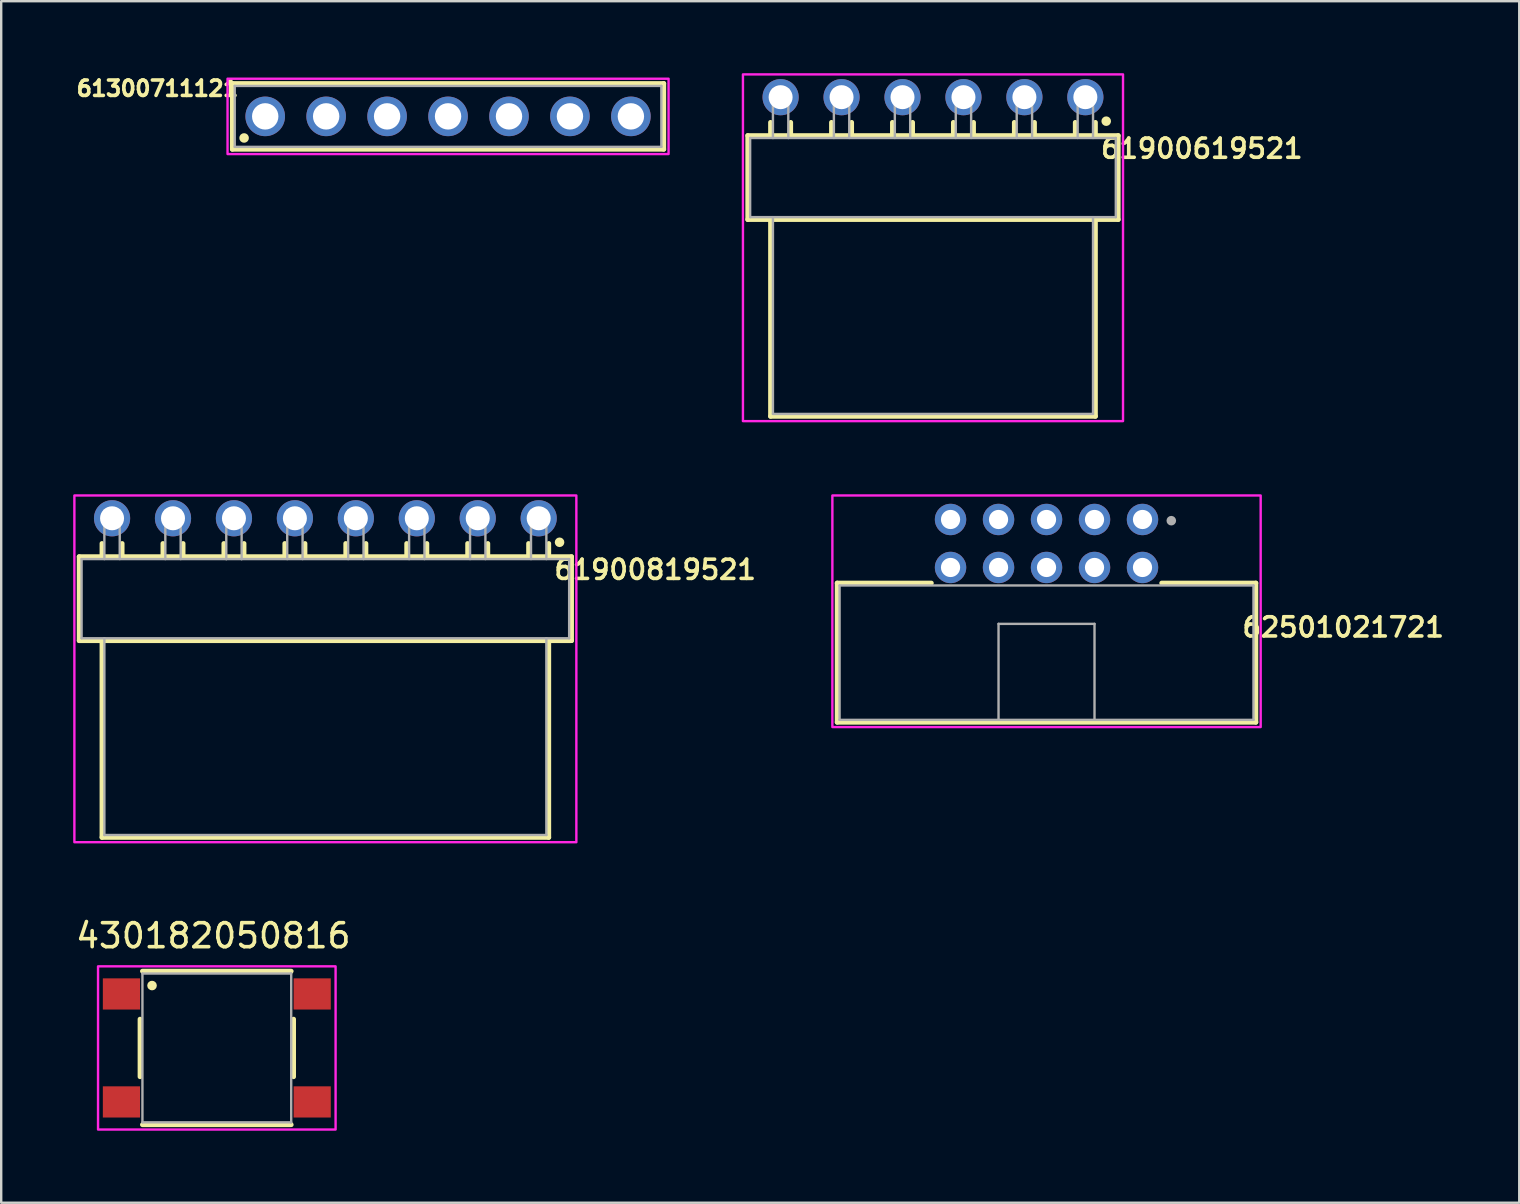
<source format=kicad_pcb>
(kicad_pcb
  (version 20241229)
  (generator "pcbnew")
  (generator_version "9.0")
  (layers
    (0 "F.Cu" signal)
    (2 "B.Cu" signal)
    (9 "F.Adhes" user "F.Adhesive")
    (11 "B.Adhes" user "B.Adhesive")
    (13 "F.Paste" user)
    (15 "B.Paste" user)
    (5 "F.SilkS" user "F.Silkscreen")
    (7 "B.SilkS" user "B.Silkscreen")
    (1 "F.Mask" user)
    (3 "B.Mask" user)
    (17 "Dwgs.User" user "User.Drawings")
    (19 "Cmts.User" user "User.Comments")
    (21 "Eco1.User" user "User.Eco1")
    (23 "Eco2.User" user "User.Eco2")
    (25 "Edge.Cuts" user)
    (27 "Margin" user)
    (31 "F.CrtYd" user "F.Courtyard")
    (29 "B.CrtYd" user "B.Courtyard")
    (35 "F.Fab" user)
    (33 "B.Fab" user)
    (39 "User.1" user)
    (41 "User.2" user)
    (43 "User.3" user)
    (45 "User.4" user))
  (footprint "62501021721"
    (layer "F.Cu")
    (at 40.565 24.15)
    (property "Reference" "62501021721" (at 12.365 -1.058 0) (layer "F.SilkS") (effects (font (size 0.8 0.8) (thickness 0.15))))
    (attr through_hole)
    (fp_line (start -8.725 -2.9) (end -8.725 2.9) (stroke (width 0.2) (type solid)) (layer "F.SilkS"))
    (fp_line (start -8.725 2.9) (end 8.725 2.9) (stroke (width 0.2) (type solid)) (layer "F.SilkS"))
    (fp_line (start -4.8 -2.9) (end -8.725 -2.9) (stroke (width 0.2) (type solid)) (layer "F.SilkS"))
    (fp_line (start 8.725 -2.9) (end 4.8 -2.9) (stroke (width 0.2) (type solid)) (layer "F.SilkS"))
    (fp_line (start 8.725 2.9) (end 8.725 -2.9) (stroke (width 0.2) (type solid)) (layer "F.SilkS"))
    (fp_poly (pts (xy -8.925 -6.55) (xy 8.925 -6.55) (xy 8.925 3.1) (xy -8.925 3.1)) (stroke (width 0.1) (type solid)) (fill no) (layer "F.CrtYd"))
    (fp_line (start -8.625 -2.8) (end -8.625 2.8) (stroke (width 0.1) (type solid)) (layer "F.Fab"))
    (fp_line (start -8.625 2.8) (end -2 2.8) (stroke (width 0.1) (type solid)) (layer "F.Fab"))
    (fp_line (start -2 -1.2) (end 2 -1.2) (stroke (width 0.1) (type solid)) (layer "F.Fab"))
    (fp_line (start -2 2.8) (end -2 -1.2) (stroke (width 0.1) (type solid)) (layer "F.Fab"))
    (fp_line (start -2 2.8) (end 2 2.8) (stroke (width 0.1) (type solid)) (layer "F.Fab"))
    (fp_line (start 2 -1.2) (end 2 2.8) (stroke (width 0.1) (type solid)) (layer "F.Fab"))
    (fp_line (start 2 2.8) (end 8.625 2.8) (stroke (width 0.1) (type solid)) (layer "F.Fab"))
    (fp_line (start 8.625 -2.8) (end -8.625 -2.8) (stroke (width 0.1) (type solid)) (layer "F.Fab"))
    (fp_line (start 8.625 2.8) (end 8.625 -2.8) (stroke (width 0.1) (type solid)) (layer "F.Fab"))
    (fp_circle (center 5.2 -5.5) (end 5.3 -5.5) (stroke (width 0.2) (type solid)) (fill no) (layer "F.Fab"))
    (pad "1" thru_hole circle (at 4 -5.55) (size 1.308 1.308) (drill 0.8) (layers "*.Cu" "*.Mask"))
    (pad "2" thru_hole circle (at 4 -3.55) (size 1.308 1.308) (drill 0.8) (layers "*.Cu" "*.Mask"))
    (pad "3" thru_hole circle (at 2 -5.55) (size 1.308 1.308) (drill 0.8) (layers "*.Cu" "*.Mask"))
    (pad "4" thru_hole circle (at 2 -3.55) (size 1.308 1.308) (drill 0.8) (layers "*.Cu" "*.Mask"))
    (pad "5" thru_hole circle (at 0 -5.55) (size 1.308 1.308) (drill 0.8) (layers "*.Cu" "*.Mask"))
    (pad "6" thru_hole circle (at 0 -3.55) (size 1.308 1.308) (drill 0.8) (layers "*.Cu" "*.Mask"))
    (pad "7" thru_hole circle (at -2 -5.55) (size 1.308 1.308) (drill 0.8) (layers "*.Cu" "*.Mask"))
    (pad "8" thru_hole circle (at -2 -3.55) (size 1.308 1.308) (drill 0.8) (layers "*.Cu" "*.Mask"))
    (pad "9" thru_hole circle (at -4 -5.55) (size 1.308 1.308) (drill 0.8) (layers "*.Cu" "*.Mask"))
    (pad "10" thru_hole circle (at -4 -3.55) (size 1.308 1.308) (drill 0.8) (layers "*.Cu" "*.Mask")))
  (footprint "61900619521"
    (layer "F.Cu")
    (at 35.833 4.35)
    (property "Reference" "61900619521" (at 11.205 -1.208 0) (layer "F.SilkS") (effects (font (size 0.8 0.8) (thickness 0.15))))
    (attr through_hole)
    (fp_line (start -7.72 -1.75) (end -6.77 -1.75) (stroke (width 0.2) (type solid)) (layer "F.SilkS"))
    (fp_line (start -7.72 1.75) (end -7.72 -1.75) (stroke (width 0.2) (type solid)) (layer "F.SilkS"))
    (fp_line (start -6.77 -2.3) (end -6.77 -1.75) (stroke (width 0.2) (type solid)) (layer "F.SilkS"))
    (fp_line (start -6.77 -1.75) (end -5.93 -1.75) (stroke (width 0.2) (type solid)) (layer "F.SilkS"))
    (fp_line (start -6.77 9.95) (end -6.77 1.75) (stroke (width 0.2) (type solid)) (layer "F.SilkS"))
    (fp_line (start -5.93 -2.3) (end -5.93 -1.75) (stroke (width 0.2) (type solid)) (layer "F.SilkS"))
    (fp_line (start -5.93 -1.75) (end 7.72 -1.75) (stroke (width 0.2) (type solid)) (layer "F.SilkS"))
    (fp_line (start -4.23 -2.3) (end -4.23 -1.75) (stroke (width 0.2) (type solid)) (layer "F.SilkS"))
    (fp_line (start -3.39 -2.3) (end -3.39 -1.75) (stroke (width 0.2) (type solid)) (layer "F.SilkS"))
    (fp_line (start -1.69 -2.3) (end -1.69 -1.75) (stroke (width 0.2) (type solid)) (layer "F.SilkS"))
    (fp_line (start -0.85 -2.3) (end -0.85 -1.75) (stroke (width 0.2) (type solid)) (layer "F.SilkS"))
    (fp_line (start 0.85 -2.3) (end 0.85 -1.75) (stroke (width 0.2) (type solid)) (layer "F.SilkS"))
    (fp_line (start 1.69 -2.3) (end 1.69 -1.75) (stroke (width 0.2) (type solid)) (layer "F.SilkS"))
    (fp_line (start 3.39 -2.3) (end 3.39 -1.75) (stroke (width 0.2) (type solid)) (layer "F.SilkS"))
    (fp_line (start 4.23 -2.3) (end 4.23 -1.75) (stroke (width 0.2) (type solid)) (layer "F.SilkS"))
    (fp_line (start 5.93 -2.3) (end 5.93 -1.75) (stroke (width 0.2) (type solid)) (layer "F.SilkS"))
    (fp_line (start 6.77 -2.3) (end 6.77 -1.75) (stroke (width 0.2) (type solid)) (layer "F.SilkS"))
    (fp_line (start 6.77 1.75) (end 6.77 9.95) (stroke (width 0.2) (type solid)) (layer "F.SilkS"))
    (fp_line (start 6.77 9.95) (end -6.77 9.95) (stroke (width 0.2) (type solid)) (layer "F.SilkS"))
    (fp_line (start 7.72 -1.75) (end 7.72 1.75) (stroke (width 0.2) (type solid)) (layer "F.SilkS"))
    (fp_line (start 7.72 1.75) (end -7.72 1.75) (stroke (width 0.2) (type solid)) (layer "F.SilkS"))
    (fp_circle (center 7.22 -2.35) (end 7.32 -2.35) (stroke (width 0.2) (type solid)) (fill no) (layer "F.SilkS"))
    (fp_poly (pts (xy -7.92 -4.3) (xy 7.92 -4.3) (xy 7.92 10.15) (xy -7.92 10.15)) (stroke (width 0.1) (type solid)) (fill no) (layer "F.CrtYd"))
    (fp_line (start -7.62 -1.65) (end -6.67 -1.65) (stroke (width 0.1) (type solid)) (layer "F.Fab"))
    (fp_line (start -7.62 1.65) (end -7.62 -1.65) (stroke (width 0.1) (type solid)) (layer "F.Fab"))
    (fp_line (start -7.62 1.65) (end -6.67 1.65) (stroke (width 0.1) (type solid)) (layer "F.Fab"))
    (fp_line (start -6.67 -3.67) (end -6.67 -1.65) (stroke (width 0.1) (type solid)) (layer "F.Fab"))
    (fp_line (start -6.67 -3.67) (end -6.03 -3.67) (stroke (width 0.1) (type solid)) (layer "F.Fab"))
    (fp_line (start -6.67 -1.65) (end -6.03 -1.65) (stroke (width 0.1) (type solid)) (layer "F.Fab"))
    (fp_line (start -6.67 1.65) (end -6.67 9.85) (stroke (width 0.1) (type solid)) (layer "F.Fab"))
    (fp_line (start -6.67 1.65) (end 6.67 1.65) (stroke (width 0.1) (type solid)) (layer "F.Fab"))
    (fp_line (start -6.03 -3.67) (end -6.03 -1.65) (stroke (width 0.1) (type solid)) (layer "F.Fab"))
    (fp_line (start -6.03 -1.65) (end 7.62 -1.65) (stroke (width 0.1) (type solid)) (layer "F.Fab"))
    (fp_line (start -4.13 -3.67) (end -4.13 -1.65) (stroke (width 0.1) (type solid)) (layer "F.Fab"))
    (fp_line (start -4.13 -3.67) (end -3.49 -3.67) (stroke (width 0.1) (type solid)) (layer "F.Fab"))
    (fp_line (start -3.49 -3.67) (end -3.49 -1.65) (stroke (width 0.1) (type solid)) (layer "F.Fab"))
    (fp_line (start -1.59 -3.67) (end -1.59 -1.65) (stroke (width 0.1) (type solid)) (layer "F.Fab"))
    (fp_line (start -1.59 -3.67) (end -0.95 -3.67) (stroke (width 0.1) (type solid)) (layer "F.Fab"))
    (fp_line (start -0.95 -3.67) (end -0.95 -1.65) (stroke (width 0.1) (type solid)) (layer "F.Fab"))
    (fp_line (start 0.95 -3.67) (end 0.95 -1.65) (stroke (width 0.1) (type solid)) (layer "F.Fab"))
    (fp_line (start 0.95 -3.67) (end 1.59 -3.67) (stroke (width 0.1) (type solid)) (layer "F.Fab"))
    (fp_line (start 1.59 -3.67) (end 1.59 -1.65) (stroke (width 0.1) (type solid)) (layer "F.Fab"))
    (fp_line (start 3.49 -3.67) (end 3.49 -1.65) (stroke (width 0.1) (type solid)) (layer "F.Fab"))
    (fp_line (start 3.49 -3.67) (end 4.13 -3.67) (stroke (width 0.1) (type solid)) (layer "F.Fab"))
    (fp_line (start 4.13 -3.67) (end 4.13 -1.65) (stroke (width 0.1) (type solid)) (layer "F.Fab"))
    (fp_line (start 6.03 -3.67) (end 6.03 -1.65) (stroke (width 0.1) (type solid)) (layer "F.Fab"))
    (fp_line (start 6.03 -3.67) (end 6.67 -3.67) (stroke (width 0.1) (type solid)) (layer "F.Fab"))
    (fp_line (start 6.67 -3.67) (end 6.67 -1.65) (stroke (width 0.1) (type solid)) (layer "F.Fab"))
    (fp_line (start 6.67 1.65) (end 7.62 1.65) (stroke (width 0.1) (type solid)) (layer "F.Fab"))
    (fp_line (start 6.67 9.85) (end -6.67 9.85) (stroke (width 0.1) (type solid)) (layer "F.Fab"))
    (fp_line (start 6.67 9.85) (end 6.67 1.65) (stroke (width 0.1) (type solid)) (layer "F.Fab"))
    (fp_line (start 7.62 -1.65) (end 7.62 1.65) (stroke (width 0.1) (type solid)) (layer "F.Fab"))
    (pad "1" thru_hole circle (at 6.35 -3.35) (size 1.508 1.508) (drill 1) (layers "*.Cu" "*.Mask"))
    (pad "2" thru_hole circle (at 3.81 -3.35) (size 1.508 1.508) (drill 1) (layers "*.Cu" "*.Mask"))
    (pad "3" thru_hole circle (at 1.27 -3.35) (size 1.508 1.508) (drill 1) (layers "*.Cu" "*.Mask"))
    (pad "4" thru_hole circle (at -1.27 -3.35) (size 1.508 1.508) (drill 1) (layers "*.Cu" "*.Mask"))
    (pad "5" thru_hole circle (at -3.81 -3.35) (size 1.508 1.508) (drill 1) (layers "*.Cu" "*.Mask"))
    (pad "6" thru_hole circle (at -6.35 -3.35) (size 1.508 1.508) (drill 1) (layers "*.Cu" "*.Mask")))
  (footprint "61300711121"
    (layer "F.Cu")
    (at 15.623 1.8)
    (property "Reference" "61300711121" (at -12.11 -1.163 0) (layer "F.SilkS") (effects (font (size 0.64 0.64) (thickness 0.15))))
    (attr through_hole)
    (fp_line (start -8.99 -1.37) (end 8.99 -1.37) (stroke (width 0.2) (type solid)) (layer "F.SilkS"))
    (fp_line (start -8.99 1.37) (end -8.99 -1.37) (stroke (width 0.2) (type solid)) (layer "F.SilkS"))
    (fp_line (start 8.99 -1.37) (end 8.99 1.37) (stroke (width 0.2) (type solid)) (layer "F.SilkS"))
    (fp_line (start 8.99 1.37) (end -8.99 1.37) (stroke (width 0.2) (type solid)) (layer "F.SilkS"))
    (fp_circle (center -8.5 0.9) (end -8.4 0.9) (stroke (width 0.2) (type solid)) (fill no) (layer "F.SilkS"))
    (fp_poly (pts (xy -9.19 -1.57) (xy 9.19 -1.57) (xy 9.19 1.57) (xy -9.19 1.57)) (stroke (width 0.1) (type solid)) (fill no) (layer "F.CrtYd"))
    (fp_line (start -8.89 -1.27) (end -8.89 1.27) (stroke (width 0.1) (type solid)) (layer "F.Fab"))
    (fp_line (start -8.89 1.27) (end 8.89 1.27) (stroke (width 0.1) (type solid)) (layer "F.Fab"))
    (fp_line (start 8.89 -1.27) (end -8.89 -1.27) (stroke (width 0.1) (type solid)) (layer "F.Fab"))
    (fp_line (start 8.89 1.27) (end 8.89 -1.27) (stroke (width 0.1) (type solid)) (layer "F.Fab"))
    (pad "1" thru_hole circle (at -7.62 0) (size 1.65 1.65) (drill 1.1) (layers "*.Cu" "*.Mask"))
    (pad "2" thru_hole circle (at -5.08 0) (size 1.65 1.65) (drill 1.1) (layers "*.Cu" "*.Mask"))
    (pad "3" thru_hole circle (at -2.54 0) (size 1.65 1.65) (drill 1.1) (layers "*.Cu" "*.Mask"))
    (pad "4" thru_hole circle (at 0 0) (size 1.65 1.65) (drill 1.1) (layers "*.Cu" "*.Mask"))
    (pad "5" thru_hole circle (at 2.54 0) (size 1.65 1.65) (drill 1.1) (layers "*.Cu" "*.Mask"))
    (pad "6" thru_hole circle (at 5.08 0) (size 1.65 1.65) (drill 1.1) (layers "*.Cu" "*.Mask"))
    (pad "7" thru_hole circle (at 7.62 0) (size 1.65 1.65) (drill 1.1) (layers "*.Cu" "*.Mask")))
  (footprint "61900819521"
    (layer "F.Cu")
    (at 10.51 21.9)
    (property "Reference" "61900819521" (at 13.745 -1.208 0) (layer "F.SilkS") (effects (font (size 0.8 0.8) (thickness 0.15))))
    (attr through_hole)
    (fp_line (start -10.26 -1.75) (end -9.31 -1.75) (stroke (width 0.2) (type solid)) (layer "F.SilkS"))
    (fp_line (start -10.26 1.75) (end -10.26 -1.75) (stroke (width 0.2) (type solid)) (layer "F.SilkS"))
    (fp_line (start -9.31 -2.3) (end -9.31 -1.75) (stroke (width 0.2) (type solid)) (layer "F.SilkS"))
    (fp_line (start -9.31 -1.75) (end -8.47 -1.75) (stroke (width 0.2) (type solid)) (layer "F.SilkS"))
    (fp_line (start -9.31 9.95) (end -9.31 1.75) (stroke (width 0.2) (type solid)) (layer "F.SilkS"))
    (fp_line (start -8.47 -2.3) (end -8.47 -1.75) (stroke (width 0.2) (type solid)) (layer "F.SilkS"))
    (fp_line (start -8.47 -1.75) (end 10.26 -1.75) (stroke (width 0.2) (type solid)) (layer "F.SilkS"))
    (fp_line (start -6.77 -2.3) (end -6.77 -1.75) (stroke (width 0.2) (type solid)) (layer "F.SilkS"))
    (fp_line (start -5.93 -2.3) (end -5.93 -1.75) (stroke (width 0.2) (type solid)) (layer "F.SilkS"))
    (fp_line (start -4.23 -2.3) (end -4.23 -1.75) (stroke (width 0.2) (type solid)) (layer "F.SilkS"))
    (fp_line (start -3.39 -2.3) (end -3.39 -1.75) (stroke (width 0.2) (type solid)) (layer "F.SilkS"))
    (fp_line (start -1.69 -2.3) (end -1.69 -1.75) (stroke (width 0.2) (type solid)) (layer "F.SilkS"))
    (fp_line (start -0.85 -2.3) (end -0.85 -1.75) (stroke (width 0.2) (type solid)) (layer "F.SilkS"))
    (fp_line (start 0.85 -2.3) (end 0.85 -1.75) (stroke (width 0.2) (type solid)) (layer "F.SilkS"))
    (fp_line (start 1.69 -2.3) (end 1.69 -1.75) (stroke (width 0.2) (type solid)) (layer "F.SilkS"))
    (fp_line (start 3.39 -2.3) (end 3.39 -1.75) (stroke (width 0.2) (type solid)) (layer "F.SilkS"))
    (fp_line (start 4.23 -2.3) (end 4.23 -1.75) (stroke (width 0.2) (type solid)) (layer "F.SilkS"))
    (fp_line (start 5.93 -2.3) (end 5.93 -1.75) (stroke (width 0.2) (type solid)) (layer "F.SilkS"))
    (fp_line (start 6.77 -2.3) (end 6.77 -1.75) (stroke (width 0.2) (type solid)) (layer "F.SilkS"))
    (fp_line (start 8.47 -2.3) (end 8.47 -1.75) (stroke (width 0.2) (type solid)) (layer "F.SilkS"))
    (fp_line (start 9.31 -2.3) (end 9.31 -1.75) (stroke (width 0.2) (type solid)) (layer "F.SilkS"))
    (fp_line (start 9.31 1.75) (end 9.31 9.95) (stroke (width 0.2) (type solid)) (layer "F.SilkS"))
    (fp_line (start 9.31 9.95) (end -9.31 9.95) (stroke (width 0.2) (type solid)) (layer "F.SilkS"))
    (fp_line (start 10.26 -1.75) (end 10.26 1.75) (stroke (width 0.2) (type solid)) (layer "F.SilkS"))
    (fp_line (start 10.26 1.75) (end -10.26 1.75) (stroke (width 0.2) (type solid)) (layer "F.SilkS"))
    (fp_circle (center 9.76 -2.35) (end 9.86 -2.35) (stroke (width 0.2) (type solid)) (fill no) (layer "F.SilkS"))
    (fp_poly (pts (xy -10.46 -4.3) (xy 10.46 -4.3) (xy 10.46 10.15) (xy -10.46 10.15)) (stroke (width 0.1) (type solid)) (fill no) (layer "F.CrtYd"))
    (fp_line (start -10.16 -1.65) (end -4.13 -1.65) (stroke (width 0.1) (type solid)) (layer "F.Fab"))
    (fp_line (start -10.16 1.65) (end -10.16 -1.65) (stroke (width 0.1) (type solid)) (layer "F.Fab"))
    (fp_line (start -10.16 1.65) (end -9.21 1.65) (stroke (width 0.1) (type solid)) (layer "F.Fab"))
    (fp_line (start -9.21 -3.67) (end -9.21 -1.65) (stroke (width 0.1) (type solid)) (layer "F.Fab"))
    (fp_line (start -9.21 -3.67) (end -8.57 -3.67) (stroke (width 0.1) (type solid)) (layer "F.Fab"))
    (fp_line (start -9.21 1.65) (end -9.21 9.85) (stroke (width 0.1) (type solid)) (layer "F.Fab"))
    (fp_line (start -9.21 1.65) (end 9.21 1.65) (stroke (width 0.1) (type solid)) (layer "F.Fab"))
    (fp_line (start -8.57 -3.67) (end -8.57 -1.65) (stroke (width 0.1) (type solid)) (layer "F.Fab"))
    (fp_line (start -6.67 -3.67) (end -6.67 -1.65) (stroke (width 0.1) (type solid)) (layer "F.Fab"))
    (fp_line (start -6.67 -3.67) (end -6.03 -3.67) (stroke (width 0.1) (type solid)) (layer "F.Fab"))
    (fp_line (start -6.03 -3.67) (end -6.03 -1.65) (stroke (width 0.1) (type solid)) (layer "F.Fab"))
    (fp_line (start -4.13 -3.67) (end -4.13 -1.65) (stroke (width 0.1) (type solid)) (layer "F.Fab"))
    (fp_line (start -4.13 -3.67) (end -3.49 -3.67) (stroke (width 0.1) (type solid)) (layer "F.Fab"))
    (fp_line (start -4.13 -1.65) (end -3.49 -1.65) (stroke (width 0.1) (type solid)) (layer "F.Fab"))
    (fp_line (start -3.49 -3.67) (end -3.49 -1.65) (stroke (width 0.1) (type solid)) (layer "F.Fab"))
    (fp_line (start -3.49 -1.65) (end 10.16 -1.65) (stroke (width 0.1) (type solid)) (layer "F.Fab"))
    (fp_line (start -1.59 -3.67) (end -1.59 -1.65) (stroke (width 0.1) (type solid)) (layer "F.Fab"))
    (fp_line (start -1.59 -3.67) (end -0.95 -3.67) (stroke (width 0.1) (type solid)) (layer "F.Fab"))
    (fp_line (start -0.95 -3.67) (end -0.95 -1.65) (stroke (width 0.1) (type solid)) (layer "F.Fab"))
    (fp_line (start 0.95 -3.67) (end 0.95 -1.65) (stroke (width 0.1) (type solid)) (layer "F.Fab"))
    (fp_line (start 0.95 -3.67) (end 1.59 -3.67) (stroke (width 0.1) (type solid)) (layer "F.Fab"))
    (fp_line (start 1.59 -3.67) (end 1.59 -1.65) (stroke (width 0.1) (type solid)) (layer "F.Fab"))
    (fp_line (start 3.49 -3.67) (end 3.49 -1.65) (stroke (width 0.1) (type solid)) (layer "F.Fab"))
    (fp_line (start 3.49 -3.67) (end 4.13 -3.67) (stroke (width 0.1) (type solid)) (layer "F.Fab"))
    (fp_line (start 4.13 -3.67) (end 4.13 -1.65) (stroke (width 0.1) (type solid)) (layer "F.Fab"))
    (fp_line (start 6.03 -3.67) (end 6.03 -1.65) (stroke (width 0.1) (type solid)) (layer "F.Fab"))
    (fp_line (start 6.03 -3.67) (end 6.67 -3.67) (stroke (width 0.1) (type solid)) (layer "F.Fab"))
    (fp_line (start 6.67 -3.67) (end 6.67 -1.65) (stroke (width 0.1) (type solid)) (layer "F.Fab"))
    (fp_line (start 8.57 -3.67) (end 8.57 -1.65) (stroke (width 0.1) (type solid)) (layer "F.Fab"))
    (fp_line (start 8.57 -3.67) (end 9.21 -3.67) (stroke (width 0.1) (type solid)) (layer "F.Fab"))
    (fp_line (start 9.21 -3.67) (end 9.21 -1.65) (stroke (width 0.1) (type solid)) (layer "F.Fab"))
    (fp_line (start 9.21 1.65) (end 10.16 1.65) (stroke (width 0.1) (type solid)) (layer "F.Fab"))
    (fp_line (start 9.21 9.85) (end -9.21 9.85) (stroke (width 0.1) (type solid)) (layer "F.Fab"))
    (fp_line (start 9.21 9.85) (end 9.21 1.65) (stroke (width 0.1) (type solid)) (layer "F.Fab"))
    (fp_line (start 10.16 -1.65) (end 10.16 1.65) (stroke (width 0.1) (type solid)) (layer "F.Fab"))
    (pad "1" thru_hole circle (at 8.89 -3.35) (size 1.508 1.508) (drill 1) (layers "*.Cu" "*.Mask"))
    (pad "2" thru_hole circle (at 6.35 -3.35) (size 1.508 1.508) (drill 1) (layers "*.Cu" "*.Mask"))
    (pad "3" thru_hole circle (at 3.81 -3.35) (size 1.508 1.508) (drill 1) (layers "*.Cu" "*.Mask"))
    (pad "4" thru_hole circle (at 1.27 -3.35) (size 1.508 1.508) (drill 1) (layers "*.Cu" "*.Mask"))
    (pad "5" thru_hole circle (at -1.27 -3.35) (size 1.508 1.508) (drill 1) (layers "*.Cu" "*.Mask"))
    (pad "6" thru_hole circle (at -3.81 -3.35) (size 1.508 1.508) (drill 1) (layers "*.Cu" "*.Mask"))
    (pad "7" thru_hole circle (at -6.35 -3.35) (size 1.508 1.508) (drill 1) (layers "*.Cu" "*.Mask"))
    (pad "8" thru_hole circle (at -8.89 -3.35) (size 1.508 1.508) (drill 1) (layers "*.Cu" "*.Mask")))
  (footprint "430182050816"
    (layer "F.Cu")
    (at 5.986 40.624)
    (property "Reference" "430182050816" (at -0.147 -4.676 0) (layer "F.SilkS") (effects (font (size 1 1) (thickness 0.15))))
    (attr smd)
    (fp_line (start -3.2 -1.2) (end -3.2 1.2) (stroke (width 0.2) (type solid)) (layer "F.SilkS"))
    (fp_line (start -3.1 -3.2) (end 3.1 -3.2) (stroke (width 0.2) (type solid)) (layer "F.SilkS"))
    (fp_line (start 3.1 3.2) (end -3.1 3.2) (stroke (width 0.2) (type solid)) (layer "F.SilkS"))
    (fp_line (start 3.2 1.2) (end 3.2 -1.2) (stroke (width 0.2) (type solid)) (layer "F.SilkS"))
    (fp_circle (center -2.7 -2.6) (end -2.6 -2.6) (stroke (width 0.2) (type solid)) (fill no) (layer "F.SilkS"))
    (fp_poly (pts (xy -4.95 -3.4) (xy 4.95 -3.4) (xy 4.95 3.4) (xy -4.95 3.4)) (stroke (width 0.1) (type solid)) (fill no) (layer "F.CrtYd"))
    (fp_line (start -3.1 -3.1) (end -3.1 3.1) (stroke (width 0.1) (type solid)) (layer "F.Fab"))
    (fp_line (start -3.1 3.1) (end 3.1 3.1) (stroke (width 0.1) (type solid)) (layer "F.Fab"))
    (fp_line (start 3.1 -3.1) (end -3.1 -3.1) (stroke (width 0.1) (type solid)) (layer "F.Fab"))
    (fp_line (start 3.1 3.1) (end 3.1 -3.1) (stroke (width 0.1) (type solid)) (layer "F.Fab"))
    (pad "1" smd rect (at -3.975 -2.25) (size 1.55 1.3) (layers "F.Cu" "F.Mask" "F.Paste"))
    (pad "2" smd rect (at -3.975 2.25) (size 1.55 1.3) (layers "F.Cu" "F.Mask" "F.Paste"))
    (pad "3" smd rect (at 3.975 -2.25) (size 1.55 1.3) (layers "F.Cu" "F.Mask" "F.Paste"))
    (pad "4" smd rect (at 3.975 2.25) (size 1.55 1.3) (layers "F.Cu" "F.Mask" "F.Paste")))
  (gr_rect
    (start -3 -3)
    (end 60.266 47.074)
    (stroke (width 0.1) (type default))
    (fill no)
    (layer "Edge.Cuts")))
</source>
